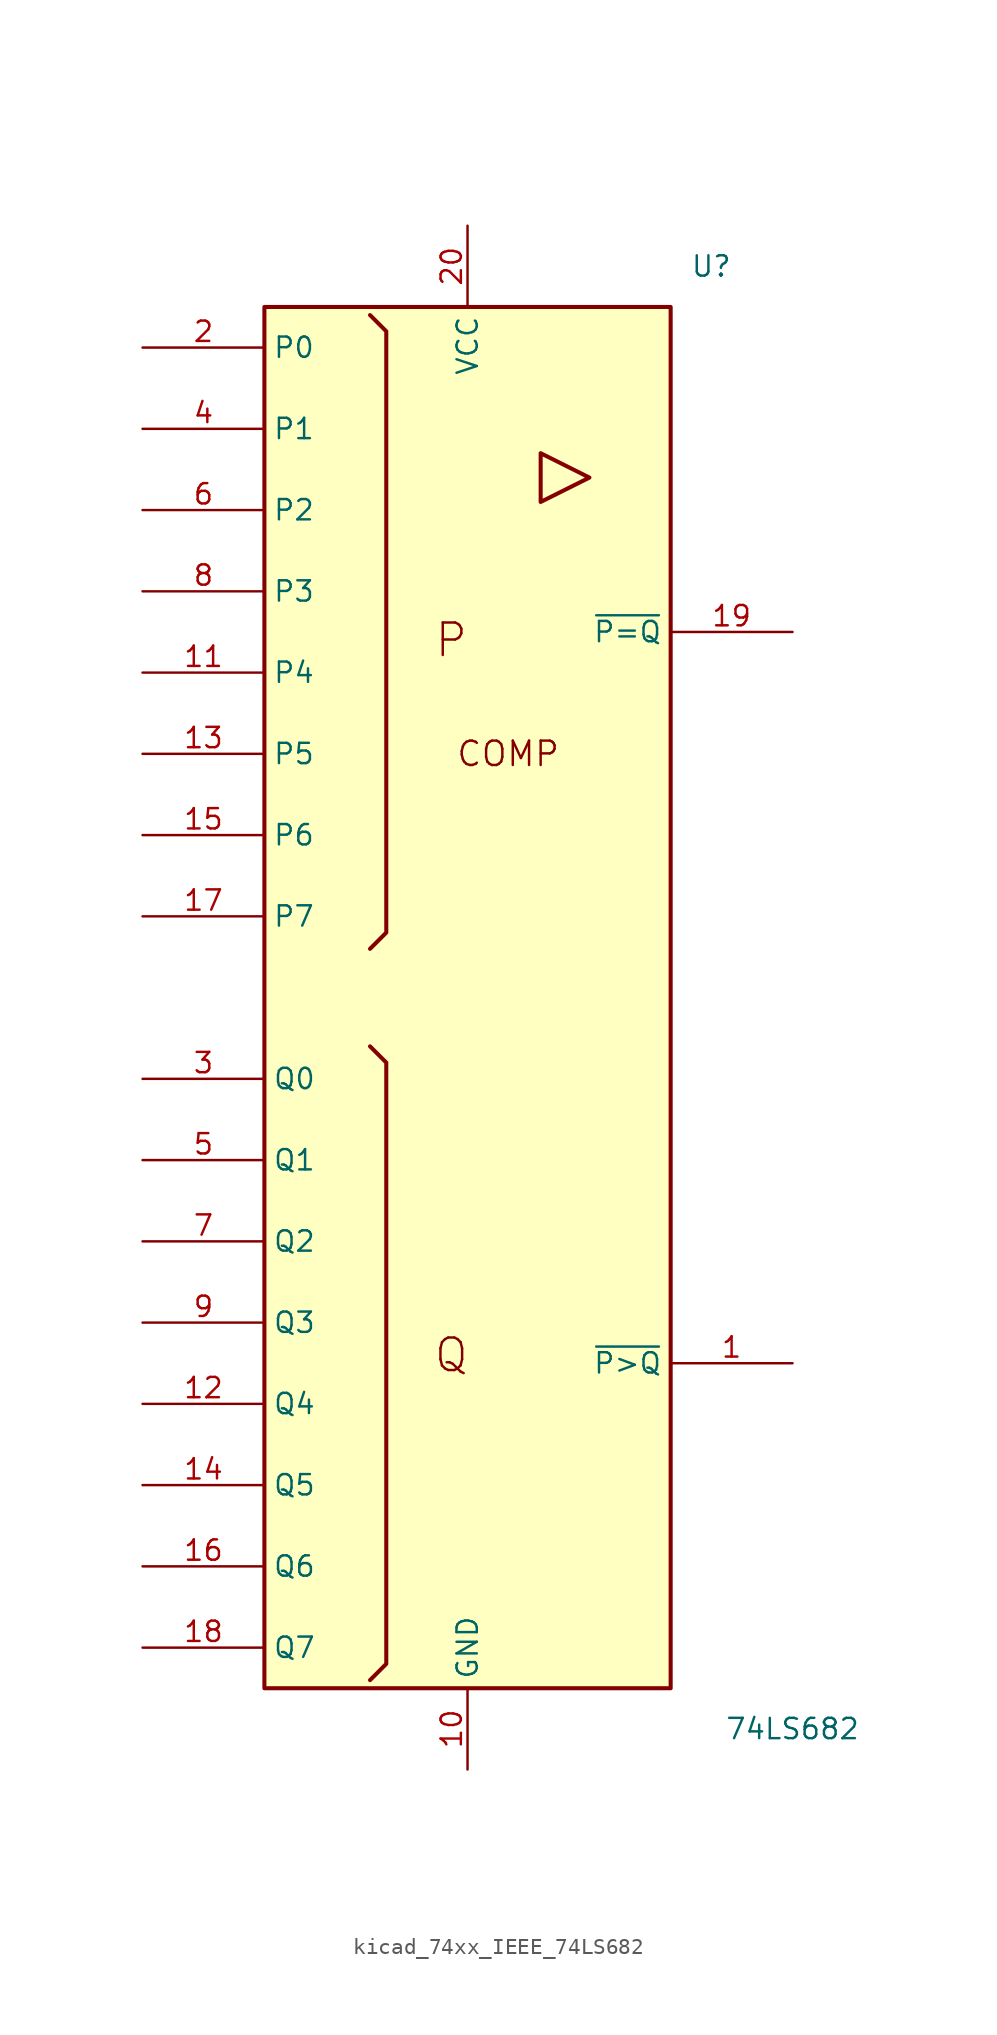
<source format=kicad_sym>
(kicad_symbol_lib
  (version 20220914)
  (generator kicad_symbol_editor)
  (symbol "kicad_74xx_IEEE_74LS682"
    (property "Reference" "U"
      (at 15.24 45.72 0)
      (effects (font (size 1.27 1.27))))
    (property "Value" "74LS682"
      (at 20.32 -45.72 0)
      (effects (font (size 1.27 1.27))))
    (symbol "kicad_74xx_IEEE_74LS682_0_0"
      (polyline (pts (xy 4.572 34.036) (xy 4.572 30.988) (xy 7.62 32.512) (xy 4.572 34.036) (xy 4.572 34.036)) (stroke (width 0.254) (type default)) (fill (type background)))
      (text "COMP" (at 2.54 15.24 0) (effects (font (size 1.524 1.524))))
      (text "P" (at -1.016 22.352 0) (effects (font (size 2.032 2.032))))
      (text "Q" (at -1.016 -22.352 0) (effects (font (size 2.032 2.032)))))
    (symbol "kicad_74xx_IEEE_74LS682_0_1"
      (rectangle (start -12.7 43.18) (end 12.7 -43.18) (stroke (width 0.254) (type default)) (fill (type background)))
      (polyline (pts (xy -6.096 -3.048) (xy -5.08 -4.064) (xy -5.08 -41.656) (xy -6.096 -42.672) (xy -6.096 -42.672)) (stroke (width 0.254) (type default)) (fill (type background)))
      (polyline (pts (xy -6.096 42.672) (xy -5.08 41.656) (xy -5.08 4.064) (xy -6.096 3.048) (xy -6.096 3.048)) (stroke (width 0.254) (type default)) (fill (type background)))
      (pin power_in line (at 0 -48.26 90) (length 5.08) (name "GND" (effects (font (size 1.27 1.27)))) (number "10" (effects (font (size 1.27 1.27))))))
    (symbol "kicad_74xx_IEEE_74LS682_1_1"
      (pin output line (at 20.32 -22.86 180) (length 7.62) (name "~{P>Q}" (effects (font (size 1.27 1.27)))) (number "1" (effects (font (size 1.27 1.27)))))
      (pin input line (at -20.32 20.32 0) (length 7.62) (name "P4" (effects (font (size 1.27 1.27)))) (number "11" (effects (font (size 1.27 1.27)))))
      (pin input line (at -20.32 -25.4 0) (length 7.62) (name "Q4" (effects (font (size 1.27 1.27)))) (number "12" (effects (font (size 1.27 1.27)))))
      (pin input line (at -20.32 15.24 0) (length 7.62) (name "P5" (effects (font (size 1.27 1.27)))) (number "13" (effects (font (size 1.27 1.27)))))
      (pin input line (at -20.32 -30.48 0) (length 7.62) (name "Q5" (effects (font (size 1.27 1.27)))) (number "14" (effects (font (size 1.27 1.27)))))
      (pin input line (at -20.32 10.16 0) (length 7.62) (name "P6" (effects (font (size 1.27 1.27)))) (number "15" (effects (font (size 1.27 1.27)))))
      (pin input line (at -20.32 -35.56 0) (length 7.62) (name "Q6" (effects (font (size 1.27 1.27)))) (number "16" (effects (font (size 1.27 1.27)))))
      (pin input line (at -20.32 5.08 0) (length 7.62) (name "P7" (effects (font (size 1.27 1.27)))) (number "17" (effects (font (size 1.27 1.27)))))
      (pin input line (at -20.32 -40.64 0) (length 7.62) (name "Q7" (effects (font (size 1.27 1.27)))) (number "18" (effects (font (size 1.27 1.27)))))
      (pin output line (at 20.32 22.86 180) (length 7.62) (name "~{P=Q}" (effects (font (size 1.27 1.27)))) (number "19" (effects (font (size 1.27 1.27)))))
      (pin input line (at -20.32 40.64 0) (length 7.62) (name "P0" (effects (font (size 1.27 1.27)))) (number "2" (effects (font (size 1.27 1.27)))))
      (pin power_in line (at 0 48.26 270) (length 5.08) (name "VCC" (effects (font (size 1.27 1.27)))) (number "20" (effects (font (size 1.27 1.27)))))
      (pin input line (at -20.32 -5.08 0) (length 7.62) (name "Q0" (effects (font (size 1.27 1.27)))) (number "3" (effects (font (size 1.27 1.27)))))
      (pin input line (at -20.32 35.56 0) (length 7.62) (name "P1" (effects (font (size 1.27 1.27)))) (number "4" (effects (font (size 1.27 1.27)))))
      (pin input line (at -20.32 -10.16 0) (length 7.62) (name "Q1" (effects (font (size 1.27 1.27)))) (number "5" (effects (font (size 1.27 1.27)))))
      (pin input line (at -20.32 30.48 0) (length 7.62) (name "P2" (effects (font (size 1.27 1.27)))) (number "6" (effects (font (size 1.27 1.27)))))
      (pin input line (at -20.32 -15.24 0) (length 7.62) (name "Q2" (effects (font (size 1.27 1.27)))) (number "7" (effects (font (size 1.27 1.27)))))
      (pin input line (at -20.32 25.4 0) (length 7.62) (name "P3" (effects (font (size 1.27 1.27)))) (number "8" (effects (font (size 1.27 1.27)))))
      (pin input line (at -20.32 -20.32 0) (length 7.62) (name "Q3" (effects (font (size 1.27 1.27)))) (number "9" (effects (font (size 1.27 1.27))))))))
</source>
